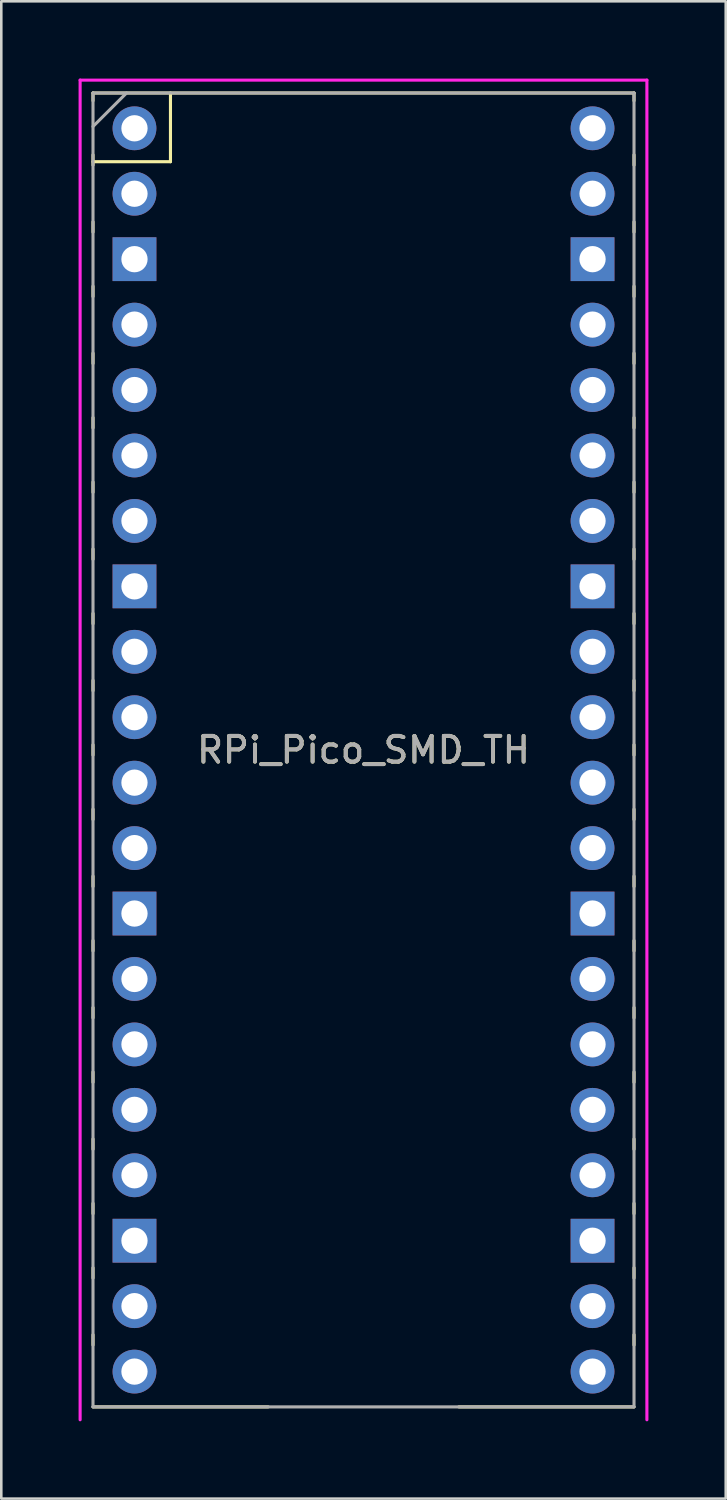
<source format=kicad_pcb>
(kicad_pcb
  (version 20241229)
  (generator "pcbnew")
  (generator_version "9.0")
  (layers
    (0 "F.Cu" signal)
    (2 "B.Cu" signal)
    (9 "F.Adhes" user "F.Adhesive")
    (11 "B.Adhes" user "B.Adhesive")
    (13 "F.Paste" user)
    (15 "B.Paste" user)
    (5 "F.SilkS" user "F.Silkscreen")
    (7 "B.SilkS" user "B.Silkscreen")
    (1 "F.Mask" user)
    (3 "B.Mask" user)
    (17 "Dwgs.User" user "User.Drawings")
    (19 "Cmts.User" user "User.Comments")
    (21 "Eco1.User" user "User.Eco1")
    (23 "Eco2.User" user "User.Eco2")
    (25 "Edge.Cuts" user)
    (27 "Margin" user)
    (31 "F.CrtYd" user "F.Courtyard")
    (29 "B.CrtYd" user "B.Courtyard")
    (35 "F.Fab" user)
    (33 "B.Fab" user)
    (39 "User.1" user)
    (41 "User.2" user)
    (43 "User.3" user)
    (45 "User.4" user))
  (footprint "RPi_Pico_SMD_TH"
    (layer "F.Cu")
    (at 11.06 26.06)
    (property "Reference" "RPi_Pico_SMD_TH" (at 0 0 0) (layer "F.SilkS") (effects (font (size 1 1) (thickness 0.15))))
    (attr through_hole)
    (fp_line (start -10.5 -25.5) (end -10.5 -25.2) (stroke (width 0.12) (type solid)) (layer "F.SilkS"))
    (fp_line (start -10.5 -25.5) (end 10.5 -25.5) (stroke (width 0.12) (type solid)) (layer "F.SilkS"))
    (fp_line (start -10.5 -23.1) (end -10.5 -22.7) (stroke (width 0.12) (type solid)) (layer "F.SilkS"))
    (fp_line (start -10.5 -22.833) (end -7.493 -22.833) (stroke (width 0.12) (type solid)) (layer "F.SilkS"))
    (fp_line (start -10.5 -20.5) (end -10.5 -20.1) (stroke (width 0.12) (type solid)) (layer "F.SilkS"))
    (fp_line (start -10.5 -18) (end -10.5 -17.6) (stroke (width 0.12) (type solid)) (layer "F.SilkS"))
    (fp_line (start -10.5 -15.4) (end -10.5 -15) (stroke (width 0.12) (type solid)) (layer "F.SilkS"))
    (fp_line (start -10.5 -12.9) (end -10.5 -12.5) (stroke (width 0.12) (type solid)) (layer "F.SilkS"))
    (fp_line (start -10.5 -10.4) (end -10.5 -10) (stroke (width 0.12) (type solid)) (layer "F.SilkS"))
    (fp_line (start -10.5 -7.8) (end -10.5 -7.4) (stroke (width 0.12) (type solid)) (layer "F.SilkS"))
    (fp_line (start -10.5 -5.3) (end -10.5 -4.9) (stroke (width 0.12) (type solid)) (layer "F.SilkS"))
    (fp_line (start -10.5 -2.7) (end -10.5 -2.3) (stroke (width 0.12) (type solid)) (layer "F.SilkS"))
    (fp_line (start -10.5 -0.2) (end -10.5 0.2) (stroke (width 0.12) (type solid)) (layer "F.SilkS"))
    (fp_line (start -10.5 2.3) (end -10.5 2.7) (stroke (width 0.12) (type solid)) (layer "F.SilkS"))
    (fp_line (start -10.5 4.9) (end -10.5 5.3) (stroke (width 0.12) (type solid)) (layer "F.SilkS"))
    (fp_line (start -10.5 7.4) (end -10.5 7.8) (stroke (width 0.12) (type solid)) (layer "F.SilkS"))
    (fp_line (start -10.5 10) (end -10.5 10.4) (stroke (width 0.12) (type solid)) (layer "F.SilkS"))
    (fp_line (start -10.5 12.5) (end -10.5 12.9) (stroke (width 0.12) (type solid)) (layer "F.SilkS"))
    (fp_line (start -10.5 15.1) (end -10.5 15.5) (stroke (width 0.12) (type solid)) (layer "F.SilkS"))
    (fp_line (start -10.5 17.6) (end -10.5 18) (stroke (width 0.12) (type solid)) (layer "F.SilkS"))
    (fp_line (start -10.5 20.1) (end -10.5 20.5) (stroke (width 0.12) (type solid)) (layer "F.SilkS"))
    (fp_line (start -10.5 22.7) (end -10.5 23.1) (stroke (width 0.12) (type solid)) (layer "F.SilkS"))
    (fp_line (start -7.493 -22.833) (end -7.493 -25.5) (stroke (width 0.12) (type solid)) (layer "F.SilkS"))
    (fp_line (start -3.7 25.5) (end -10.5 25.5) (stroke (width 0.12) (type solid)) (layer "F.SilkS"))
    (fp_line (start 10.5 -25.5) (end 10.5 -25.2) (stroke (width 0.12) (type solid)) (layer "F.SilkS"))
    (fp_line (start 10.5 -23.1) (end 10.5 -22.7) (stroke (width 0.12) (type solid)) (layer "F.SilkS"))
    (fp_line (start 10.5 -20.5) (end 10.5 -20.1) (stroke (width 0.12) (type solid)) (layer "F.SilkS"))
    (fp_line (start 10.5 -18) (end 10.5 -17.6) (stroke (width 0.12) (type solid)) (layer "F.SilkS"))
    (fp_line (start 10.5 -15.4) (end 10.5 -15) (stroke (width 0.12) (type solid)) (layer "F.SilkS"))
    (fp_line (start 10.5 -12.9) (end 10.5 -12.5) (stroke (width 0.12) (type solid)) (layer "F.SilkS"))
    (fp_line (start 10.5 -10.4) (end 10.5 -10) (stroke (width 0.12) (type solid)) (layer "F.SilkS"))
    (fp_line (start 10.5 -7.8) (end 10.5 -7.4) (stroke (width 0.12) (type solid)) (layer "F.SilkS"))
    (fp_line (start 10.5 -5.3) (end 10.5 -4.9) (stroke (width 0.12) (type solid)) (layer "F.SilkS"))
    (fp_line (start 10.5 -2.7) (end 10.5 -2.3) (stroke (width 0.12) (type solid)) (layer "F.SilkS"))
    (fp_line (start 10.5 -0.2) (end 10.5 0.2) (stroke (width 0.12) (type solid)) (layer "F.SilkS"))
    (fp_line (start 10.5 2.3) (end 10.5 2.7) (stroke (width 0.12) (type solid)) (layer "F.SilkS"))
    (fp_line (start 10.5 4.9) (end 10.5 5.3) (stroke (width 0.12) (type solid)) (layer "F.SilkS"))
    (fp_line (start 10.5 7.4) (end 10.5 7.8) (stroke (width 0.12) (type solid)) (layer "F.SilkS"))
    (fp_line (start 10.5 10) (end 10.5 10.4) (stroke (width 0.12) (type solid)) (layer "F.SilkS"))
    (fp_line (start 10.5 12.5) (end 10.5 12.9) (stroke (width 0.12) (type solid)) (layer "F.SilkS"))
    (fp_line (start 10.5 15.1) (end 10.5 15.5) (stroke (width 0.12) (type solid)) (layer "F.SilkS"))
    (fp_line (start 10.5 17.6) (end 10.5 18) (stroke (width 0.12) (type solid)) (layer "F.SilkS"))
    (fp_line (start 10.5 20.1) (end 10.5 20.5) (stroke (width 0.12) (type solid)) (layer "F.SilkS"))
    (fp_line (start 10.5 22.7) (end 10.5 23.1) (stroke (width 0.12) (type solid)) (layer "F.SilkS"))
    (fp_line (start 10.5 25.5) (end 3.7 25.5) (stroke (width 0.12) (type solid)) (layer "F.SilkS"))
    (fp_line (start -11 -26) (end 11 -26) (stroke (width 0.12) (type solid)) (layer "F.CrtYd"))
    (fp_line (start -11 26) (end -11 -26) (stroke (width 0.12) (type solid)) (layer "F.CrtYd"))
    (fp_line (start 11 -26) (end 11 26) (stroke (width 0.12) (type solid)) (layer "F.CrtYd"))
    (fp_line (start -10.5 -25.5) (end 10.5 -25.5) (stroke (width 0.12) (type solid)) (layer "F.Fab"))
    (fp_line (start -10.5 -24.2) (end -9.2 -25.5) (stroke (width 0.12) (type solid)) (layer "F.Fab"))
    (fp_line (start -10.5 25.5) (end -10.5 -25.5) (stroke (width 0.12) (type solid)) (layer "F.Fab"))
    (fp_line (start 10.5 -25.5) (end 10.5 25.5) (stroke (width 0.12) (type solid)) (layer "F.Fab"))
    (fp_line (start 10.5 25.5) (end -10.5 25.5) (stroke (width 0.12) (type solid)) (layer "F.Fab"))
    (fp_text user "${REFERENCE}" (at 0 0 180) (layer "F.Fab") (effects (font (size 1 1) (thickness 0.15))))
    (pad "1" thru_hole oval (at -8.89 -24.13) (size 1.7 1.7) (drill 1.02) (layers "*.Cu" "*.Mask"))
    (pad "2" thru_hole oval (at -8.89 -21.59) (size 1.7 1.7) (drill 1.02) (layers "*.Cu" "*.Mask"))
    (pad "3" thru_hole rect (at -8.89 -19.05) (size 1.7 1.7) (drill 1.02) (layers "*.Cu" "*.Mask"))
    (pad "4" thru_hole oval (at -8.89 -16.51) (size 1.7 1.7) (drill 1.02) (layers "*.Cu" "*.Mask"))
    (pad "5" thru_hole oval (at -8.89 -13.97) (size 1.7 1.7) (drill 1.02) (layers "*.Cu" "*.Mask"))
    (pad "6" thru_hole oval (at -8.89 -11.43) (size 1.7 1.7) (drill 1.02) (layers "*.Cu" "*.Mask"))
    (pad "7" thru_hole oval (at -8.89 -8.89) (size 1.7 1.7) (drill 1.02) (layers "*.Cu" "*.Mask"))
    (pad "8" thru_hole rect (at -8.89 -6.35) (size 1.7 1.7) (drill 1.02) (layers "*.Cu" "*.Mask"))
    (pad "9" thru_hole oval (at -8.89 -3.81) (size 1.7 1.7) (drill 1.02) (layers "*.Cu" "*.Mask"))
    (pad "10" thru_hole oval (at -8.89 -1.27) (size 1.7 1.7) (drill 1.02) (layers "*.Cu" "*.Mask"))
    (pad "11" thru_hole oval (at -8.89 1.27) (size 1.7 1.7) (drill 1.02) (layers "*.Cu" "*.Mask"))
    (pad "12" thru_hole oval (at -8.89 3.81) (size 1.7 1.7) (drill 1.02) (layers "*.Cu" "*.Mask"))
    (pad "13" thru_hole rect (at -8.89 6.35) (size 1.7 1.7) (drill 1.02) (layers "*.Cu" "*.Mask"))
    (pad "14" thru_hole oval (at -8.89 8.89) (size 1.7 1.7) (drill 1.02) (layers "*.Cu" "*.Mask"))
    (pad "15" thru_hole oval (at -8.89 11.43) (size 1.7 1.7) (drill 1.02) (layers "*.Cu" "*.Mask"))
    (pad "16" thru_hole oval (at -8.89 13.97) (size 1.7 1.7) (drill 1.02) (layers "*.Cu" "*.Mask"))
    (pad "17" thru_hole oval (at -8.89 16.51) (size 1.7 1.7) (drill 1.02) (layers "*.Cu" "*.Mask"))
    (pad "18" thru_hole rect (at -8.89 19.05) (size 1.7 1.7) (drill 1.02) (layers "*.Cu" "*.Mask"))
    (pad "19" thru_hole oval (at -8.89 21.59) (size 1.7 1.7) (drill 1.02) (layers "*.Cu" "*.Mask"))
    (pad "20" thru_hole oval (at -8.89 24.13) (size 1.7 1.7) (drill 1.02) (layers "*.Cu" "*.Mask"))
    (pad "21" thru_hole oval (at 8.89 24.13) (size 1.7 1.7) (drill 1.02) (layers "*.Cu" "*.Mask"))
    (pad "22" thru_hole oval (at 8.89 21.59) (size 1.7 1.7) (drill 1.02) (layers "*.Cu" "*.Mask"))
    (pad "23" thru_hole rect (at 8.89 19.05) (size 1.7 1.7) (drill 1.02) (layers "*.Cu" "*.Mask"))
    (pad "24" thru_hole oval (at 8.89 16.51) (size 1.7 1.7) (drill 1.02) (layers "*.Cu" "*.Mask"))
    (pad "25" thru_hole oval (at 8.89 13.97) (size 1.7 1.7) (drill 1.02) (layers "*.Cu" "*.Mask"))
    (pad "26" thru_hole oval (at 8.89 11.43) (size 1.7 1.7) (drill 1.02) (layers "*.Cu" "*.Mask"))
    (pad "27" thru_hole oval (at 8.89 8.89) (size 1.7 1.7) (drill 1.02) (layers "*.Cu" "*.Mask"))
    (pad "28" thru_hole rect (at 8.89 6.35) (size 1.7 1.7) (drill 1.02) (layers "*.Cu" "*.Mask"))
    (pad "29" thru_hole oval (at 8.89 3.81) (size 1.7 1.7) (drill 1.02) (layers "*.Cu" "*.Mask"))
    (pad "30" thru_hole oval (at 8.89 1.27) (size 1.7 1.7) (drill 1.02) (layers "*.Cu" "*.Mask"))
    (pad "31" thru_hole oval (at 8.89 -1.27) (size 1.7 1.7) (drill 1.02) (layers "*.Cu" "*.Mask"))
    (pad "32" thru_hole oval (at 8.89 -3.81) (size 1.7 1.7) (drill 1.02) (layers "*.Cu" "*.Mask"))
    (pad "33" thru_hole rect (at 8.89 -6.35) (size 1.7 1.7) (drill 1.02) (layers "*.Cu" "*.Mask"))
    (pad "34" thru_hole oval (at 8.89 -8.89) (size 1.7 1.7) (drill 1.02) (layers "*.Cu" "*.Mask"))
    (pad "35" thru_hole oval (at 8.89 -11.43) (size 1.7 1.7) (drill 1.02) (layers "*.Cu" "*.Mask"))
    (pad "36" thru_hole oval (at 8.89 -13.97) (size 1.7 1.7) (drill 1.02) (layers "*.Cu" "*.Mask"))
    (pad "37" thru_hole oval (at 8.89 -16.51) (size 1.7 1.7) (drill 1.02) (layers "*.Cu" "*.Mask"))
    (pad "38" thru_hole rect (at 8.89 -19.05) (size 1.7 1.7) (drill 1.02) (layers "*.Cu" "*.Mask"))
    (pad "39" thru_hole oval (at 8.89 -21.59) (size 1.7 1.7) (drill 1.02) (layers "*.Cu" "*.Mask"))
    (pad "40" thru_hole oval (at 8.89 -24.13) (size 1.7 1.7) (drill 1.02) (layers "*.Cu" "*.Mask")))
  (gr_rect
    (start -3 -3)
    (end 25.12 55.12)
    (stroke (width 0.1) (type default))
    (fill no)
    (layer "Edge.Cuts")))
</source>
